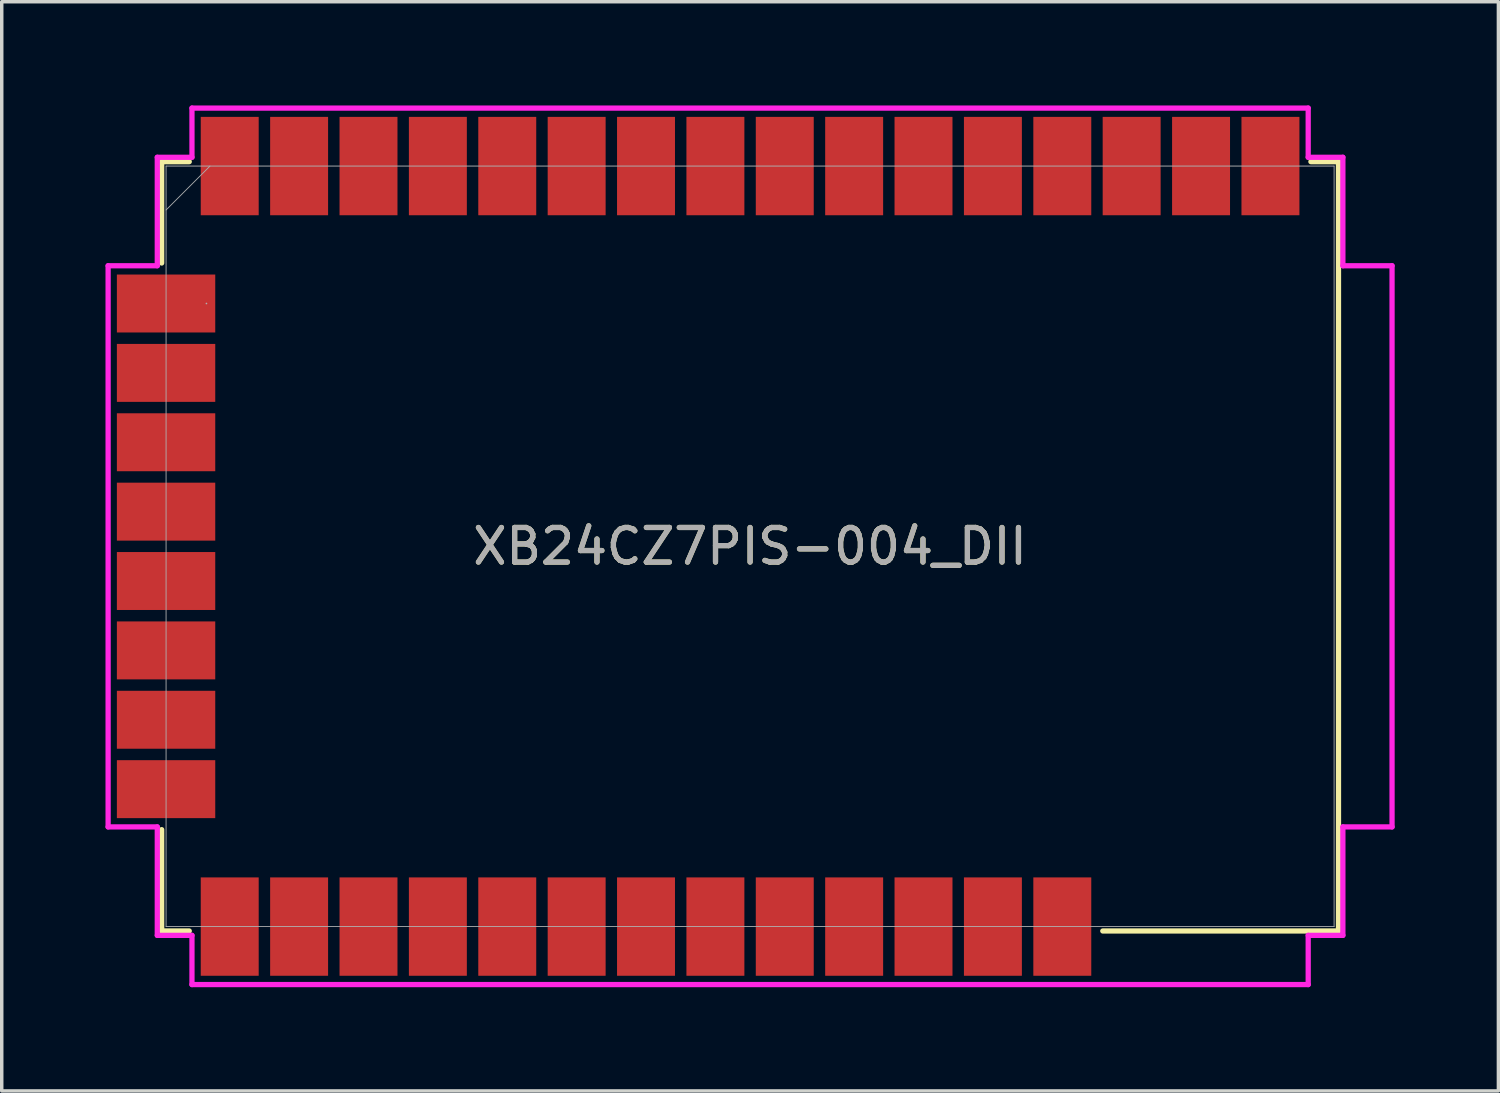
<source format=kicad_pcb>
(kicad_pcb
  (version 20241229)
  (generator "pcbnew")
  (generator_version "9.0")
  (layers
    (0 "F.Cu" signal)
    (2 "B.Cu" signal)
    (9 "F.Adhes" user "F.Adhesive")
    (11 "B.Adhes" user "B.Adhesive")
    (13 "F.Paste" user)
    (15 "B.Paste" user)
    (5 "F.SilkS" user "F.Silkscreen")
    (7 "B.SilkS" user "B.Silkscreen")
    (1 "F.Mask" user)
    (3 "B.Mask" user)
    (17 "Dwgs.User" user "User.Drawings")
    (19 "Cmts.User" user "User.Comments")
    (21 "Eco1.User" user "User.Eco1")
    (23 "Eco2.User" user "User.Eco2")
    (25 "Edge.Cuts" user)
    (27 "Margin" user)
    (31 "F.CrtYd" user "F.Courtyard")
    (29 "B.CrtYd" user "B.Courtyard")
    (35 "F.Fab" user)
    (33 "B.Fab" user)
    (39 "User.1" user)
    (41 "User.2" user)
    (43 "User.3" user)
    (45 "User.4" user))
  (footprint "XB24CZ7PIS-004_DII"
    (layer "F.Cu")
    (at 18.644 12.751)
    (property "Reference" "XB24CZ7PIS-004_DII" (at 0 0 0) (unlocked yes) (layer "F.SilkS") (effects (font (size 1 1) (thickness 0.15))))
    (attr smd)
    (fp_line (start -17.018 -11.125) (end -17.018 -8.194) (stroke (width 0.152) (type solid)) (layer "F.SilkS"))
    (fp_line (start -17.018 8.194) (end -17.018 11.125) (stroke (width 0.152) (type solid)) (layer "F.SilkS"))
    (fp_line (start -17.018 11.125) (end -16.22 11.125) (stroke (width 0.152) (type solid)) (layer "F.SilkS"))
    (fp_line (start -16.22 -11.125) (end -17.018 -11.125) (stroke (width 0.152) (type solid)) (layer "F.SilkS"))
    (fp_line (start 10.201 11.125) (end 17.018 11.125) (stroke (width 0.152) (type solid)) (layer "F.SilkS"))
    (fp_line (start 17.018 -11.125) (end 16.22 -11.125) (stroke (width 0.152) (type solid)) (layer "F.SilkS"))
    (fp_line (start 17.018 11.125) (end 17.018 -11.125) (stroke (width 0.152) (type solid)) (layer "F.SilkS"))
    (fp_line (start -18.567 -8.115) (end -17.145 -8.115) (stroke (width 0.152) (type solid)) (layer "F.CrtYd"))
    (fp_line (start -18.567 8.115) (end -18.567 -8.115) (stroke (width 0.152) (type solid)) (layer "F.CrtYd"))
    (fp_line (start -17.145 -11.252) (end -16.142 -11.252) (stroke (width 0.152) (type solid)) (layer "F.CrtYd"))
    (fp_line (start -17.145 -8.115) (end -17.145 -11.252) (stroke (width 0.152) (type solid)) (layer "F.CrtYd"))
    (fp_line (start -17.145 8.115) (end -18.567 8.115) (stroke (width 0.152) (type solid)) (layer "F.CrtYd"))
    (fp_line (start -17.145 11.252) (end -17.145 8.115) (stroke (width 0.152) (type solid)) (layer "F.CrtYd"))
    (fp_line (start -16.142 -12.675) (end 16.142 -12.675) (stroke (width 0.152) (type solid)) (layer "F.CrtYd"))
    (fp_line (start -16.142 -11.252) (end -16.142 -12.675) (stroke (width 0.152) (type solid)) (layer "F.CrtYd"))
    (fp_line (start -16.142 11.252) (end -17.145 11.252) (stroke (width 0.152) (type solid)) (layer "F.CrtYd"))
    (fp_line (start -16.142 12.675) (end -16.142 11.252) (stroke (width 0.152) (type solid)) (layer "F.CrtYd"))
    (fp_line (start 16.142 -12.675) (end 16.142 -11.252) (stroke (width 0.152) (type solid)) (layer "F.CrtYd"))
    (fp_line (start 16.142 -11.252) (end 17.145 -11.252) (stroke (width 0.152) (type solid)) (layer "F.CrtYd"))
    (fp_line (start 16.142 11.252) (end 16.142 12.675) (stroke (width 0.152) (type solid)) (layer "F.CrtYd"))
    (fp_line (start 16.142 12.675) (end -16.142 12.675) (stroke (width 0.152) (type solid)) (layer "F.CrtYd"))
    (fp_line (start 17.145 -11.252) (end 17.145 -8.115) (stroke (width 0.152) (type solid)) (layer "F.CrtYd"))
    (fp_line (start 17.145 -8.115) (end 18.567 -8.115) (stroke (width 0.152) (type solid)) (layer "F.CrtYd"))
    (fp_line (start 17.145 8.115) (end 17.145 11.252) (stroke (width 0.152) (type solid)) (layer "F.CrtYd"))
    (fp_line (start 17.145 11.252) (end 16.142 11.252) (stroke (width 0.152) (type solid)) (layer "F.CrtYd"))
    (fp_line (start 18.567 -8.115) (end 18.567 8.115) (stroke (width 0.152) (type solid)) (layer "F.CrtYd"))
    (fp_line (start 18.567 8.115) (end 17.145 8.115) (stroke (width 0.152) (type solid)) (layer "F.CrtYd"))
    (fp_line (start -16.891 -10.998) (end -16.891 10.998) (stroke (width 0.025) (type solid)) (layer "F.Fab"))
    (fp_line (start -16.891 -9.728) (end -15.621 -10.998) (stroke (width 0.025) (type solid)) (layer "F.Fab"))
    (fp_line (start -16.891 10.998) (end 16.891 10.998) (stroke (width 0.025) (type solid)) (layer "F.Fab"))
    (fp_line (start 16.891 -10.998) (end -16.891 -10.998) (stroke (width 0.025) (type solid)) (layer "F.Fab"))
    (fp_line (start 16.891 10.998) (end 16.891 -10.998) (stroke (width 0.025) (type solid)) (layer "F.Fab"))
    (fp_circle (center -15.723 -7.023) (end -15.723 -7.023) (stroke (width 0.025) (type solid)) (fill no) (layer "F.Fab"))
    (fp_text user "${REFERENCE}" (at 0 0 0) (unlocked yes) (layer "F.Fab") (effects (font (size 1 1) (thickness 0.15))))
    (pad "1" smd rect (at -16.891 -7.023) (size 2.845 1.676) (layers "F.Cu" "F.Mask" "F.Paste"))
    (pad "2" smd rect (at -16.891 -5.016) (size 2.845 1.676) (layers "F.Cu" "F.Mask" "F.Paste"))
    (pad "3" smd rect (at -16.891 -3.01) (size 2.845 1.676) (layers "F.Cu" "F.Mask" "F.Paste"))
    (pad "4" smd rect (at -16.891 -1.003) (size 2.845 1.676) (layers "F.Cu" "F.Mask" "F.Paste"))
    (pad "5" smd rect (at -16.891 1.003) (size 2.845 1.676) (layers "F.Cu" "F.Mask" "F.Paste"))
    (pad "6" smd rect (at -16.891 3.01) (size 2.845 1.676) (layers "F.Cu" "F.Mask" "F.Paste"))
    (pad "7" smd rect (at -16.891 5.016) (size 2.845 1.676) (layers "F.Cu" "F.Mask" "F.Paste"))
    (pad "8" smd rect (at -16.891 7.023) (size 2.845 1.676) (layers "F.Cu" "F.Mask" "F.Paste"))
    (pad "9" smd rect (at -15.05 10.998 90) (size 2.845 1.676) (layers "F.Cu" "F.Mask" "F.Paste"))
    (pad "10" smd rect (at -13.043 10.998 90) (size 2.845 1.676) (layers "F.Cu" "F.Mask" "F.Paste"))
    (pad "11" smd rect (at -11.036 10.998 90) (size 2.845 1.676) (layers "F.Cu" "F.Mask" "F.Paste"))
    (pad "12" smd rect (at -9.03 10.998 90) (size 2.845 1.676) (layers "F.Cu" "F.Mask" "F.Paste"))
    (pad "13" smd rect (at -7.023 10.998 90) (size 2.845 1.676) (layers "F.Cu" "F.Mask" "F.Paste"))
    (pad "14" smd rect (at -5.016 10.998 90) (size 2.845 1.676) (layers "F.Cu" "F.Mask" "F.Paste"))
    (pad "15" smd rect (at -3.01 10.998 90) (size 2.845 1.676) (layers "F.Cu" "F.Mask" "F.Paste"))
    (pad "16" smd rect (at -1.003 10.998 90) (size 2.845 1.676) (layers "F.Cu" "F.Mask" "F.Paste"))
    (pad "17" smd rect (at 1.003 10.998 90) (size 2.845 1.676) (layers "F.Cu" "F.Mask" "F.Paste"))
    (pad "18" smd rect (at 3.01 10.998 90) (size 2.845 1.676) (layers "F.Cu" "F.Mask" "F.Paste"))
    (pad "19" smd rect (at 5.016 10.998 90) (size 2.845 1.676) (layers "F.Cu" "F.Mask" "F.Paste"))
    (pad "20" smd rect (at 7.023 10.998 90) (size 2.845 1.676) (layers "F.Cu" "F.Mask" "F.Paste"))
    (pad "21" smd rect (at 9.03 10.998 90) (size 2.845 1.676) (layers "F.Cu" "F.Mask" "F.Paste"))
    (pad "22" smd rect (at 15.05 -10.998 90) (size 2.845 1.676) (layers "F.Cu" "F.Mask" "F.Paste"))
    (pad "23" smd rect (at 13.043 -10.998 90) (size 2.845 1.676) (layers "F.Cu" "F.Mask" "F.Paste"))
    (pad "24" smd rect (at 11.036 -10.998 90) (size 2.845 1.676) (layers "F.Cu" "F.Mask" "F.Paste"))
    (pad "25" smd rect (at 9.03 -10.998 90) (size 2.845 1.676) (layers "F.Cu" "F.Mask" "F.Paste"))
    (pad "26" smd rect (at 7.023 -10.998 90) (size 2.845 1.676) (layers "F.Cu" "F.Mask" "F.Paste"))
    (pad "27" smd rect (at 5.016 -10.998 90) (size 2.845 1.676) (layers "F.Cu" "F.Mask" "F.Paste"))
    (pad "28" smd rect (at 3.01 -10.998 90) (size 2.845 1.676) (layers "F.Cu" "F.Mask" "F.Paste"))
    (pad "29" smd rect (at 1.003 -10.998 90) (size 2.845 1.676) (layers "F.Cu" "F.Mask" "F.Paste"))
    (pad "30" smd rect (at -1.003 -10.998 90) (size 2.845 1.676) (layers "F.Cu" "F.Mask" "F.Paste"))
    (pad "31" smd rect (at -3.01 -10.998 90) (size 2.845 1.676) (layers "F.Cu" "F.Mask" "F.Paste"))
    (pad "32" smd rect (at -5.016 -10.998 90) (size 2.845 1.676) (layers "F.Cu" "F.Mask" "F.Paste"))
    (pad "33" smd rect (at -7.023 -10.998 90) (size 2.845 1.676) (layers "F.Cu" "F.Mask" "F.Paste"))
    (pad "34" smd rect (at -9.03 -10.998 90) (size 2.845 1.676) (layers "F.Cu" "F.Mask" "F.Paste"))
    (pad "35" smd rect (at -11.036 -10.998 90) (size 2.845 1.676) (layers "F.Cu" "F.Mask" "F.Paste"))
    (pad "36" smd rect (at -13.043 -10.998 90) (size 2.845 1.676) (layers "F.Cu" "F.Mask" "F.Paste"))
    (pad "37" smd rect (at -15.05 -10.998 90) (size 2.845 1.676) (layers "F.Cu" "F.Mask" "F.Paste")))
  (gr_rect
    (start -3 -3)
    (end 40.287 28.502)
    (stroke (width 0.1) (type default))
    (fill no)
    (layer "Edge.Cuts")))
</source>
